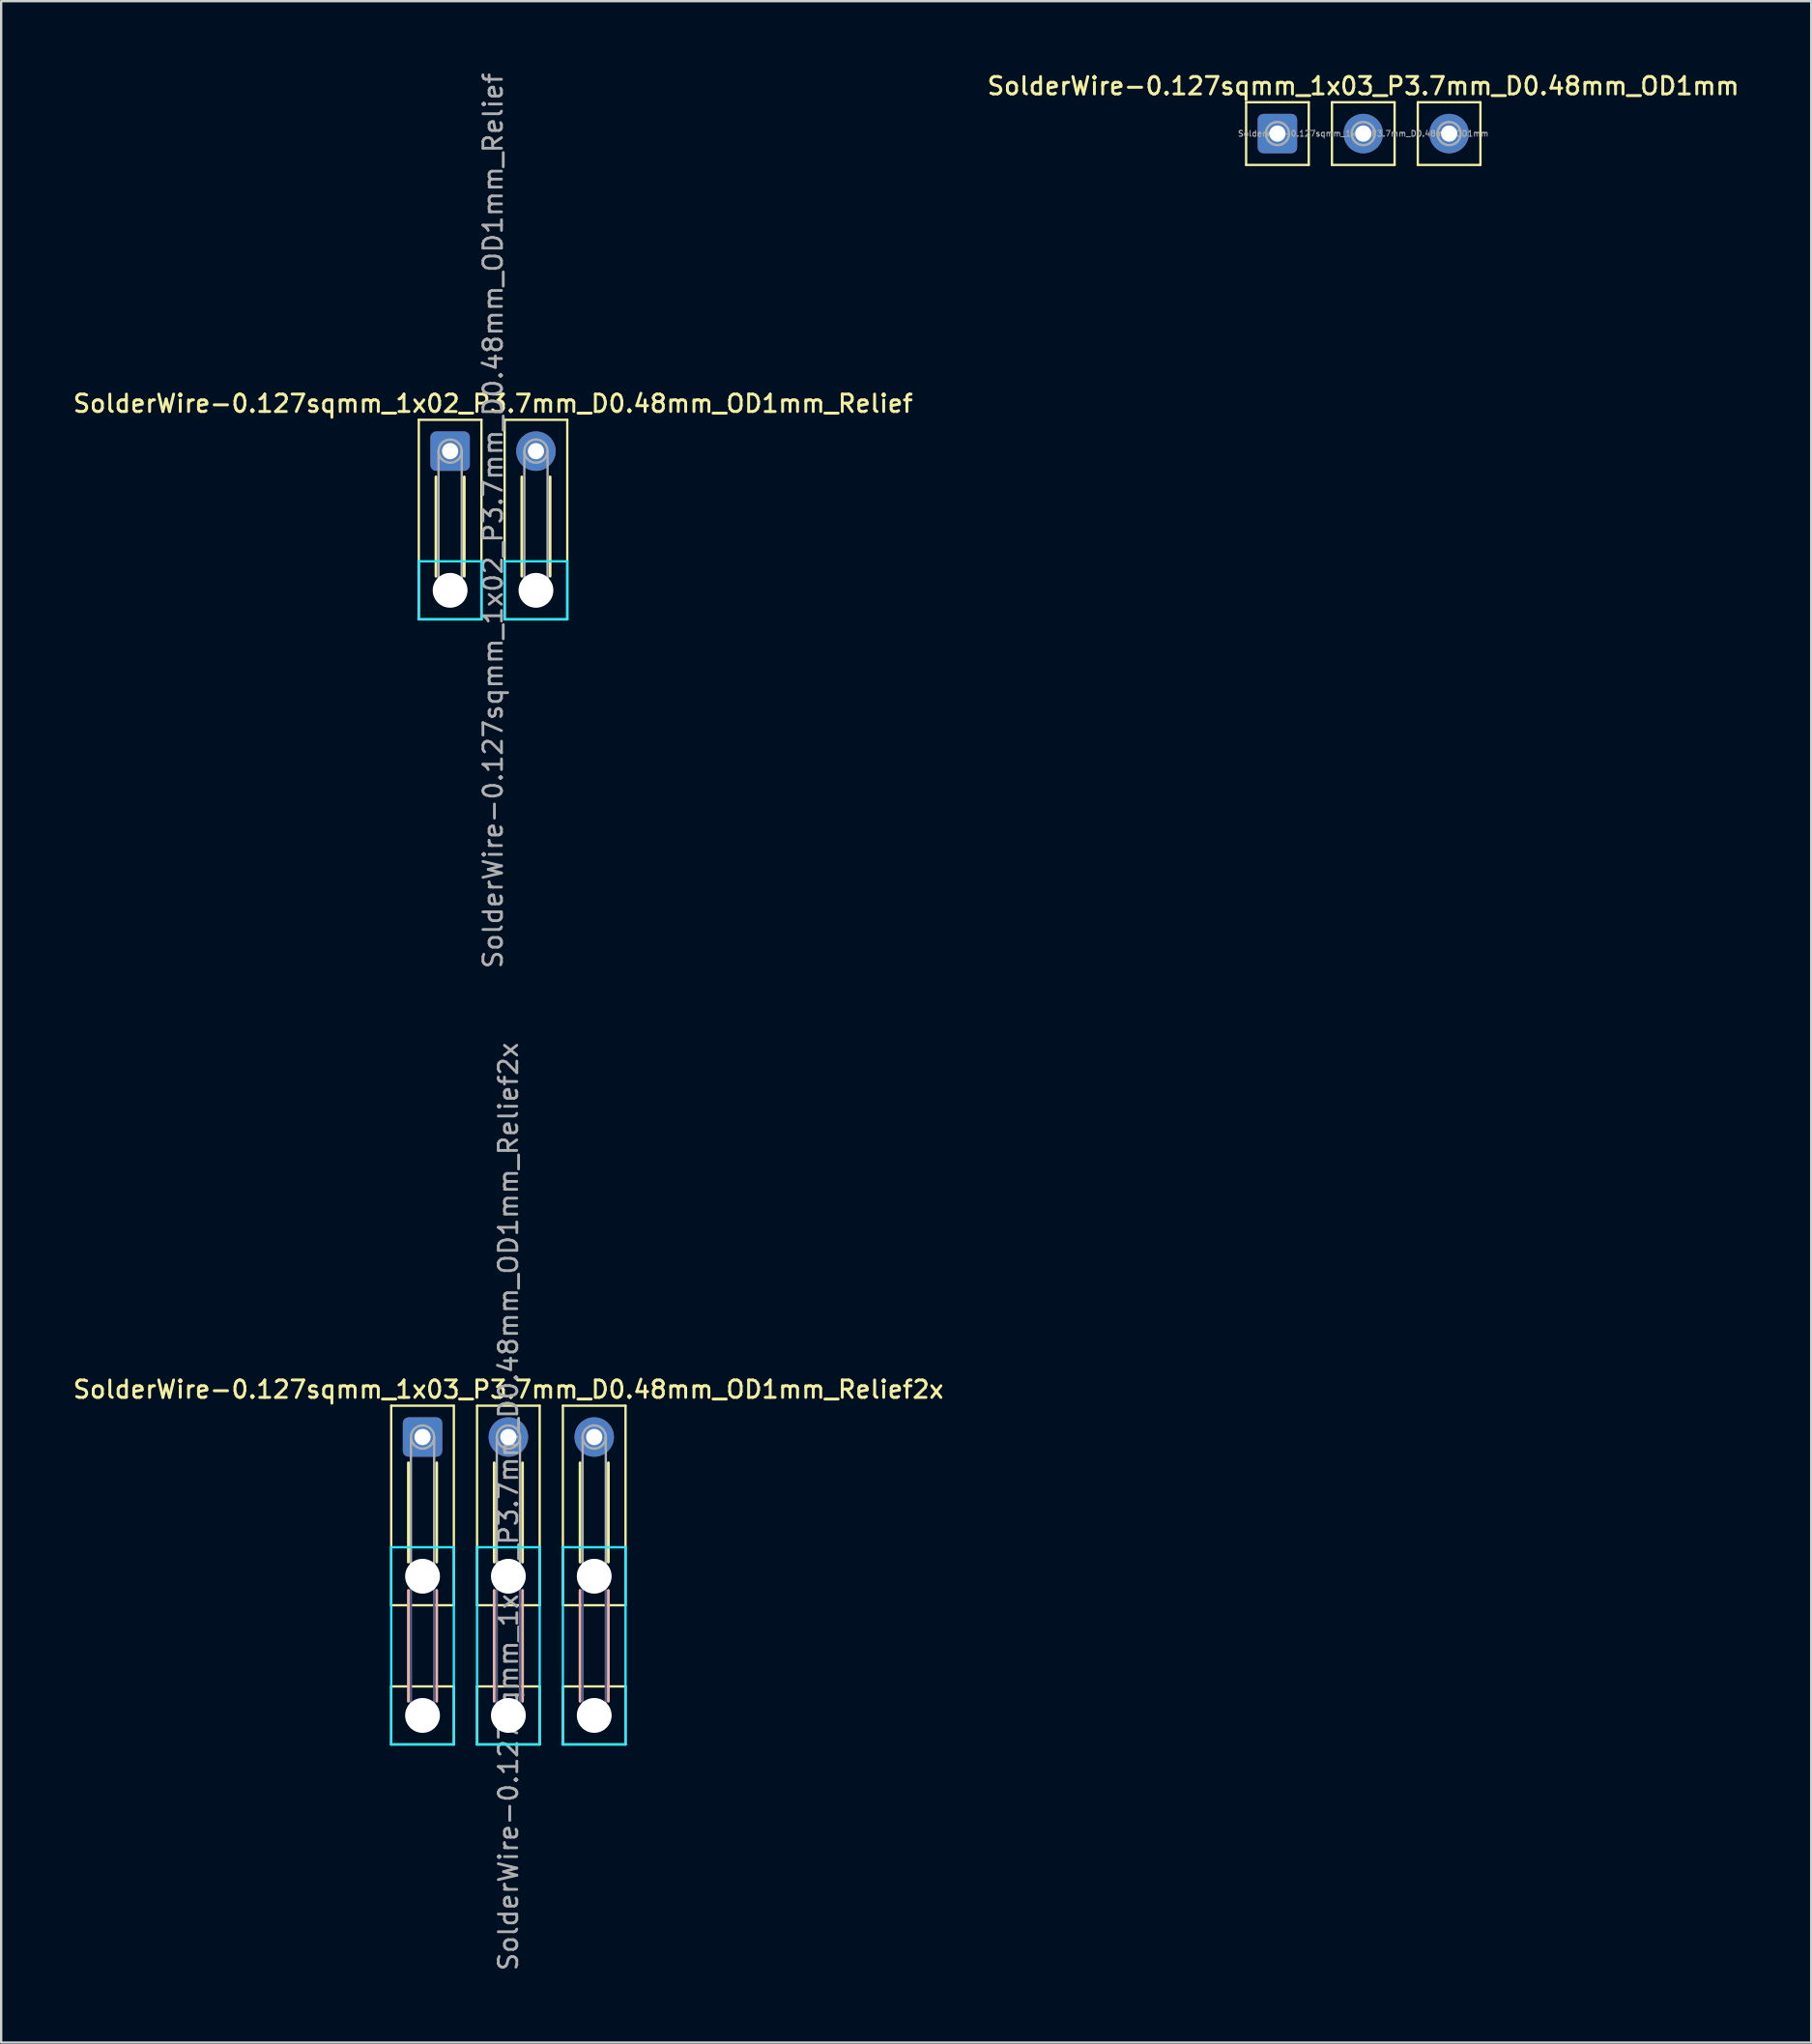
<source format=kicad_pcb>
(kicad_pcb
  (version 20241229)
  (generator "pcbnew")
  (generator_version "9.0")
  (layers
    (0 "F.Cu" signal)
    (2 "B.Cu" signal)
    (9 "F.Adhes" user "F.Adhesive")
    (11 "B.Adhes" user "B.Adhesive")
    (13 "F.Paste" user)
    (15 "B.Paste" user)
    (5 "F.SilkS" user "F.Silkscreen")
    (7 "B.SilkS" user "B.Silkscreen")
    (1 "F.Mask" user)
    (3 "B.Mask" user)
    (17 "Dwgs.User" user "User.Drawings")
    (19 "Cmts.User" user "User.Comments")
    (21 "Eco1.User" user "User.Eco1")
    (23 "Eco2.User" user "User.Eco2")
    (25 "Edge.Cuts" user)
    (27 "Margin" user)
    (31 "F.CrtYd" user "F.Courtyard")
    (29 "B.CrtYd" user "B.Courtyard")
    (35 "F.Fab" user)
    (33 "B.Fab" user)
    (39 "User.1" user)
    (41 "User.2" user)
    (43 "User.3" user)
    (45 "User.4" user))
  (footprint "SolderWire-0.127sqmm_1x02_P3.7mm_D0.48mm_OD1mm_Relief"
    (layer "F.Cu")
    (at 16.352 16.395)
    (property "Reference" "SolderWire-0.127sqmm_1x02_P3.7mm_D0.48mm_OD1mm_Relief" (at 1.85 -2.05 0) (layer "F.SilkS") (effects (font (size 0.75 0.75) (thickness 0.125))))
    (attr exclude_from_pos_files exclude_from_bom)
    (fp_line (start -1.35 -1.35) (end -1.35 7.25) (stroke (width 0.1) (type solid)) (layer "F.SilkS"))
    (fp_line (start -1.35 7.25) (end 1.35 7.25) (stroke (width 0.1) (type solid)) (layer "F.SilkS"))
    (fp_line (start -0.61 1.11) (end -0.61 5.39) (stroke (width 0.12) (type solid)) (layer "F.SilkS"))
    (fp_line (start 0.61 1.11) (end 0.61 5.39) (stroke (width 0.12) (type solid)) (layer "F.SilkS"))
    (fp_line (start 1.35 -1.35) (end -1.35 -1.35) (stroke (width 0.1) (type solid)) (layer "F.SilkS"))
    (fp_line (start 1.35 7.25) (end 1.35 -1.35) (stroke (width 0.1) (type solid)) (layer "F.SilkS"))
    (fp_line (start 2.35 -1.35) (end 2.35 7.25) (stroke (width 0.1) (type solid)) (layer "F.SilkS"))
    (fp_line (start 2.35 7.25) (end 5.05 7.25) (stroke (width 0.1) (type solid)) (layer "F.SilkS"))
    (fp_line (start 3.09 1.11) (end 3.09 5.39) (stroke (width 0.12) (type solid)) (layer "F.SilkS"))
    (fp_line (start 4.31 1.11) (end 4.31 5.39) (stroke (width 0.12) (type solid)) (layer "F.SilkS"))
    (fp_line (start 5.05 -1.35) (end 2.35 -1.35) (stroke (width 0.1) (type solid)) (layer "F.SilkS"))
    (fp_line (start 5.05 7.25) (end 5.05 -1.35) (stroke (width 0.1) (type solid)) (layer "F.SilkS"))
    (fp_line (start -1.35 4.75) (end -1.35 7.25) (stroke (width 0.1) (type solid)) (layer "B.CrtYd"))
    (fp_line (start -1.35 7.25) (end 1.35 7.25) (stroke (width 0.1) (type solid)) (layer "B.CrtYd"))
    (fp_line (start 1.35 4.75) (end -1.35 4.75) (stroke (width 0.1) (type solid)) (layer "B.CrtYd"))
    (fp_line (start 1.35 7.25) (end 1.35 4.75) (stroke (width 0.1) (type solid)) (layer "B.CrtYd"))
    (fp_line (start 2.35 4.75) (end 2.35 7.25) (stroke (width 0.1) (type solid)) (layer "B.CrtYd"))
    (fp_line (start 2.35 7.25) (end 5.05 7.25) (stroke (width 0.1) (type solid)) (layer "B.CrtYd"))
    (fp_line (start 5.05 4.75) (end 2.35 4.75) (stroke (width 0.1) (type solid)) (layer "B.CrtYd"))
    (fp_line (start 5.05 7.25) (end 5.05 4.75) (stroke (width 0.1) (type solid)) (layer "B.CrtYd"))
    (fp_line (start -0.5 0) (end -0.5 6) (stroke (width 0.1) (type solid)) (layer "F.Fab"))
    (fp_line (start 0.5 0) (end 0.5 6) (stroke (width 0.1) (type solid)) (layer "F.Fab"))
    (fp_line (start 3.2 0) (end 3.2 6) (stroke (width 0.1) (type solid)) (layer "F.Fab"))
    (fp_line (start 4.2 0) (end 4.2 6) (stroke (width 0.1) (type solid)) (layer "F.Fab"))
    (fp_circle (center 0 0) (end 0.5 0) (stroke (width 0.1) (type solid)) (fill no) (layer "F.Fab"))
    (fp_circle (center 0 6) (end 0.5 6) (stroke (width 0.1) (type solid)) (fill no) (layer "F.Fab"))
    (fp_circle (center 3.7 0) (end 4.2 0) (stroke (width 0.1) (type solid)) (fill no) (layer "F.Fab"))
    (fp_circle (center 3.7 6) (end 4.2 6) (stroke (width 0.1) (type solid)) (fill no) (layer "F.Fab"))
    (fp_text user "${REFERENCE}" (at 1.85 3 90) (layer "F.Fab") (effects (font (size 0.8 0.8) (thickness 0.12))))
    (pad "" np_thru_hole circle (at 0 6) (size 1.5 1.5) (drill 1.5) (layers "*.Cu" "*.Mask"))
    (pad "" np_thru_hole circle (at 3.7 6) (size 1.5 1.5) (drill 1.5) (layers "*.Cu" "*.Mask"))
    (pad "1" thru_hole roundrect (at 0 0) (size 1.7 1.7) (drill 0.7) (layers "*.Cu" "*.Mask") (roundrect_rratio 0.147))
    (pad "2" thru_hole circle (at 3.7 0) (size 1.7 1.7) (drill 0.7) (layers "*.Cu" "*.Mask")))
  (footprint "SolderWire-0.127sqmm_1x03_P3.7mm_D0.48mm_OD1mm"
    (layer "F.Cu")
    (at 52.013 2.708)
    (property "Reference" "SolderWire-0.127sqmm_1x03_P3.7mm_D0.48mm_OD1mm" (at 3.7 -2.05 0) (layer "F.SilkS") (effects (font (size 0.75 0.75) (thickness 0.125))))
    (attr exclude_from_pos_files exclude_from_bom)
    (fp_line (start -1.35 -1.35) (end -1.35 1.35) (stroke (width 0.1) (type solid)) (layer "F.SilkS"))
    (fp_line (start -1.35 1.35) (end 1.35 1.35) (stroke (width 0.1) (type solid)) (layer "F.SilkS"))
    (fp_line (start 1.35 -1.35) (end -1.35 -1.35) (stroke (width 0.1) (type solid)) (layer "F.SilkS"))
    (fp_line (start 1.35 1.35) (end 1.35 -1.35) (stroke (width 0.1) (type solid)) (layer "F.SilkS"))
    (fp_line (start 2.35 -1.35) (end 2.35 1.35) (stroke (width 0.1) (type solid)) (layer "F.SilkS"))
    (fp_line (start 2.35 1.35) (end 5.05 1.35) (stroke (width 0.1) (type solid)) (layer "F.SilkS"))
    (fp_line (start 5.05 -1.35) (end 2.35 -1.35) (stroke (width 0.1) (type solid)) (layer "F.SilkS"))
    (fp_line (start 5.05 1.35) (end 5.05 -1.35) (stroke (width 0.1) (type solid)) (layer "F.SilkS"))
    (fp_line (start 6.05 -1.35) (end 6.05 1.35) (stroke (width 0.1) (type solid)) (layer "F.SilkS"))
    (fp_line (start 6.05 1.35) (end 8.75 1.35) (stroke (width 0.1) (type solid)) (layer "F.SilkS"))
    (fp_line (start 8.75 -1.35) (end 6.05 -1.35) (stroke (width 0.1) (type solid)) (layer "F.SilkS"))
    (fp_line (start 8.75 1.35) (end 8.75 -1.35) (stroke (width 0.1) (type solid)) (layer "F.SilkS"))
    (fp_circle (center 0 0) (end 0.5 0) (stroke (width 0.1) (type solid)) (fill no) (layer "F.Fab"))
    (fp_circle (center 3.7 0) (end 4.2 0) (stroke (width 0.1) (type solid)) (fill no) (layer "F.Fab"))
    (fp_circle (center 7.4 0) (end 7.9 0) (stroke (width 0.1) (type solid)) (fill no) (layer "F.Fab"))
    (fp_text user "${REFERENCE}" (at 3.7 0 0) (layer "F.Fab") (effects (font (size 0.25 0.25) (thickness 0.04))))
    (pad "1" thru_hole roundrect (at 0 0) (size 1.7 1.7) (drill 0.7) (layers "*.Cu" "*.Mask") (roundrect_rratio 0.147))
    (pad "2" thru_hole circle (at 3.7 0) (size 1.7 1.7) (drill 0.7) (layers "*.Cu" "*.Mask"))
    (pad "3" thru_hole circle (at 7.4 0) (size 1.7 1.7) (drill 0.7) (layers "*.Cu" "*.Mask")))
  (footprint "SolderWire-0.127sqmm_1x03_P3.7mm_D0.48mm_OD1mm_Relief2x"
    (layer "F.Cu")
    (at 15.163 58.89)
    (property "Reference" "SolderWire-0.127sqmm_1x03_P3.7mm_D0.48mm_OD1mm_Relief2x" (at 3.7 -2.05 0) (layer "F.SilkS") (effects (font (size 0.75 0.75) (thickness 0.125))))
    (attr exclude_from_pos_files exclude_from_bom)
    (fp_line (start -1.35 -1.35) (end -1.35 7.25) (stroke (width 0.1) (type solid)) (layer "F.SilkS"))
    (fp_line (start -1.35 7.25) (end 1.35 7.25) (stroke (width 0.1) (type solid)) (layer "F.SilkS"))
    (fp_line (start -1.35 10.75) (end -1.35 13.25) (stroke (width 0.1) (type solid)) (layer "F.SilkS"))
    (fp_line (start -1.35 13.25) (end 1.35 13.25) (stroke (width 0.1) (type solid)) (layer "F.SilkS"))
    (fp_line (start -0.61 1.11) (end -0.61 5.39) (stroke (width 0.12) (type solid)) (layer "F.SilkS"))
    (fp_line (start 0.61 1.11) (end 0.61 5.39) (stroke (width 0.12) (type solid)) (layer "F.SilkS"))
    (fp_line (start 1.35 -1.35) (end -1.35 -1.35) (stroke (width 0.1) (type solid)) (layer "F.SilkS"))
    (fp_line (start 1.35 7.25) (end 1.35 -1.35) (stroke (width 0.1) (type solid)) (layer "F.SilkS"))
    (fp_line (start 1.35 10.75) (end -1.35 10.75) (stroke (width 0.1) (type solid)) (layer "F.SilkS"))
    (fp_line (start 1.35 13.25) (end 1.35 10.75) (stroke (width 0.1) (type solid)) (layer "F.SilkS"))
    (fp_line (start 2.35 -1.35) (end 2.35 7.25) (stroke (width 0.1) (type solid)) (layer "F.SilkS"))
    (fp_line (start 2.35 7.25) (end 5.05 7.25) (stroke (width 0.1) (type solid)) (layer "F.SilkS"))
    (fp_line (start 2.35 10.75) (end 2.35 13.25) (stroke (width 0.1) (type solid)) (layer "F.SilkS"))
    (fp_line (start 2.35 13.25) (end 5.05 13.25) (stroke (width 0.1) (type solid)) (layer "F.SilkS"))
    (fp_line (start 3.09 1.11) (end 3.09 5.39) (stroke (width 0.12) (type solid)) (layer "F.SilkS"))
    (fp_line (start 4.31 1.11) (end 4.31 5.39) (stroke (width 0.12) (type solid)) (layer "F.SilkS"))
    (fp_line (start 5.05 -1.35) (end 2.35 -1.35) (stroke (width 0.1) (type solid)) (layer "F.SilkS"))
    (fp_line (start 5.05 7.25) (end 5.05 -1.35) (stroke (width 0.1) (type solid)) (layer "F.SilkS"))
    (fp_line (start 5.05 10.75) (end 2.35 10.75) (stroke (width 0.1) (type solid)) (layer "F.SilkS"))
    (fp_line (start 5.05 13.25) (end 5.05 10.75) (stroke (width 0.1) (type solid)) (layer "F.SilkS"))
    (fp_line (start 6.05 -1.35) (end 6.05 7.25) (stroke (width 0.1) (type solid)) (layer "F.SilkS"))
    (fp_line (start 6.05 7.25) (end 8.75 7.25) (stroke (width 0.1) (type solid)) (layer "F.SilkS"))
    (fp_line (start 6.05 10.75) (end 6.05 13.25) (stroke (width 0.1) (type solid)) (layer "F.SilkS"))
    (fp_line (start 6.05 13.25) (end 8.75 13.25) (stroke (width 0.1) (type solid)) (layer "F.SilkS"))
    (fp_line (start 6.79 1.11) (end 6.79 5.39) (stroke (width 0.12) (type solid)) (layer "F.SilkS"))
    (fp_line (start 8.01 1.11) (end 8.01 5.39) (stroke (width 0.12) (type solid)) (layer "F.SilkS"))
    (fp_line (start 8.75 -1.35) (end 6.05 -1.35) (stroke (width 0.1) (type solid)) (layer "F.SilkS"))
    (fp_line (start 8.75 7.25) (end 8.75 -1.35) (stroke (width 0.1) (type solid)) (layer "F.SilkS"))
    (fp_line (start 8.75 10.75) (end 6.05 10.75) (stroke (width 0.1) (type solid)) (layer "F.SilkS"))
    (fp_line (start 8.75 13.25) (end 8.75 10.75) (stroke (width 0.1) (type solid)) (layer "F.SilkS"))
    (fp_line (start -0.61 6.61) (end -0.61 11.39) (stroke (width 0.12) (type solid)) (layer "B.SilkS"))
    (fp_line (start 0.61 6.61) (end 0.61 11.39) (stroke (width 0.12) (type solid)) (layer "B.SilkS"))
    (fp_line (start 3.09 6.61) (end 3.09 11.39) (stroke (width 0.12) (type solid)) (layer "B.SilkS"))
    (fp_line (start 4.31 6.61) (end 4.31 11.39) (stroke (width 0.12) (type solid)) (layer "B.SilkS"))
    (fp_line (start 6.79 6.61) (end 6.79 11.39) (stroke (width 0.12) (type solid)) (layer "B.SilkS"))
    (fp_line (start 8.01 6.61) (end 8.01 11.39) (stroke (width 0.12) (type solid)) (layer "B.SilkS"))
    (fp_line (start -1.35 4.75) (end -1.35 13.25) (stroke (width 0.1) (type solid)) (layer "B.CrtYd"))
    (fp_line (start -1.35 13.25) (end 1.35 13.25) (stroke (width 0.1) (type solid)) (layer "B.CrtYd"))
    (fp_line (start 1.35 4.75) (end -1.35 4.75) (stroke (width 0.1) (type solid)) (layer "B.CrtYd"))
    (fp_line (start 1.35 13.25) (end 1.35 4.75) (stroke (width 0.1) (type solid)) (layer "B.CrtYd"))
    (fp_line (start 2.35 4.75) (end 2.35 13.25) (stroke (width 0.1) (type solid)) (layer "B.CrtYd"))
    (fp_line (start 2.35 13.25) (end 5.05 13.25) (stroke (width 0.1) (type solid)) (layer "B.CrtYd"))
    (fp_line (start 5.05 4.75) (end 2.35 4.75) (stroke (width 0.1) (type solid)) (layer "B.CrtYd"))
    (fp_line (start 5.05 13.25) (end 5.05 4.75) (stroke (width 0.1) (type solid)) (layer "B.CrtYd"))
    (fp_line (start 6.05 4.75) (end 6.05 13.25) (stroke (width 0.1) (type solid)) (layer "B.CrtYd"))
    (fp_line (start 6.05 13.25) (end 8.75 13.25) (stroke (width 0.1) (type solid)) (layer "B.CrtYd"))
    (fp_line (start 8.75 4.75) (end 6.05 4.75) (stroke (width 0.1) (type solid)) (layer "B.CrtYd"))
    (fp_line (start 8.75 13.25) (end 8.75 4.75) (stroke (width 0.1) (type solid)) (layer "B.CrtYd"))
    (fp_line (start -0.5 6) (end -0.5 12) (stroke (width 0.1) (type solid)) (layer "B.Fab"))
    (fp_line (start 0.5 6) (end 0.5 12) (stroke (width 0.1) (type solid)) (layer "B.Fab"))
    (fp_line (start 3.2 6) (end 3.2 12) (stroke (width 0.1) (type solid)) (layer "B.Fab"))
    (fp_line (start 4.2 6) (end 4.2 12) (stroke (width 0.1) (type solid)) (layer "B.Fab"))
    (fp_line (start 6.9 6) (end 6.9 12) (stroke (width 0.1) (type solid)) (layer "B.Fab"))
    (fp_line (start 7.9 6) (end 7.9 12) (stroke (width 0.1) (type solid)) (layer "B.Fab"))
    (fp_circle (center 0 6) (end 0.5 6) (stroke (width 0.1) (type solid)) (fill no) (layer "B.Fab"))
    (fp_circle (center 0 12) (end 0.5 12) (stroke (width 0.1) (type solid)) (fill no) (layer "B.Fab"))
    (fp_circle (center 3.7 6) (end 4.2 6) (stroke (width 0.1) (type solid)) (fill no) (layer "B.Fab"))
    (fp_circle (center 3.7 12) (end 4.2 12) (stroke (width 0.1) (type solid)) (fill no) (layer "B.Fab"))
    (fp_circle (center 7.4 6) (end 7.9 6) (stroke (width 0.1) (type solid)) (fill no) (layer "B.Fab"))
    (fp_circle (center 7.4 12) (end 7.9 12) (stroke (width 0.1) (type solid)) (fill no) (layer "B.Fab"))
    (fp_line (start -0.5 0) (end -0.5 6) (stroke (width 0.1) (type solid)) (layer "F.Fab"))
    (fp_line (start 0.5 0) (end 0.5 6) (stroke (width 0.1) (type solid)) (layer "F.Fab"))
    (fp_line (start 3.2 0) (end 3.2 6) (stroke (width 0.1) (type solid)) (layer "F.Fab"))
    (fp_line (start 4.2 0) (end 4.2 6) (stroke (width 0.1) (type solid)) (layer "F.Fab"))
    (fp_line (start 6.9 0) (end 6.9 6) (stroke (width 0.1) (type solid)) (layer "F.Fab"))
    (fp_line (start 7.9 0) (end 7.9 6) (stroke (width 0.1) (type solid)) (layer "F.Fab"))
    (fp_circle (center 0 0) (end 0.5 0) (stroke (width 0.1) (type solid)) (fill no) (layer "F.Fab"))
    (fp_circle (center 0 6) (end 0.5 6) (stroke (width 0.1) (type solid)) (fill no) (layer "F.Fab"))
    (fp_circle (center 0 12) (end 0.5 12) (stroke (width 0.1) (type solid)) (fill no) (layer "F.Fab"))
    (fp_circle (center 3.7 0) (end 4.2 0) (stroke (width 0.1) (type solid)) (fill no) (layer "F.Fab"))
    (fp_circle (center 3.7 6) (end 4.2 6) (stroke (width 0.1) (type solid)) (fill no) (layer "F.Fab"))
    (fp_circle (center 3.7 12) (end 4.2 12) (stroke (width 0.1) (type solid)) (fill no) (layer "F.Fab"))
    (fp_circle (center 7.4 0) (end 7.9 0) (stroke (width 0.1) (type solid)) (fill no) (layer "F.Fab"))
    (fp_circle (center 7.4 6) (end 7.9 6) (stroke (width 0.1) (type solid)) (fill no) (layer "F.Fab"))
    (fp_circle (center 7.4 12) (end 7.9 12) (stroke (width 0.1) (type solid)) (fill no) (layer "F.Fab"))
    (fp_text user "${REFERENCE}" (at 3.7 3 90) (layer "F.Fab") (effects (font (size 0.8 0.8) (thickness 0.12))))
    (pad "" np_thru_hole circle (at 0 6) (size 1.5 1.5) (drill 1.5) (layers "*.Cu" "*.Mask"))
    (pad "" np_thru_hole circle (at 0 12) (size 1.5 1.5) (drill 1.5) (layers "*.Cu" "*.Mask"))
    (pad "" np_thru_hole circle (at 3.7 6) (size 1.5 1.5) (drill 1.5) (layers "*.Cu" "*.Mask"))
    (pad "" np_thru_hole circle (at 3.7 12) (size 1.5 1.5) (drill 1.5) (layers "*.Cu" "*.Mask"))
    (pad "" np_thru_hole circle (at 7.4 6) (size 1.5 1.5) (drill 1.5) (layers "*.Cu" "*.Mask"))
    (pad "" np_thru_hole circle (at 7.4 12) (size 1.5 1.5) (drill 1.5) (layers "*.Cu" "*.Mask"))
    (pad "1" thru_hole roundrect (at 0 0) (size 1.7 1.7) (drill 0.7) (layers "*.Cu" "*.Mask") (roundrect_rratio 0.147))
    (pad "2" thru_hole circle (at 3.7 0) (size 1.7 1.7) (drill 0.7) (layers "*.Cu" "*.Mask"))
    (pad "3" thru_hole circle (at 7.4 0) (size 1.7 1.7) (drill 0.7) (layers "*.Cu" "*.Mask")))
  (gr_rect
    (start -3 -3)
    (end 75.021 84.99)
    (stroke (width 0.1) (type default))
    (fill no)
    (layer "Edge.Cuts")))
</source>
